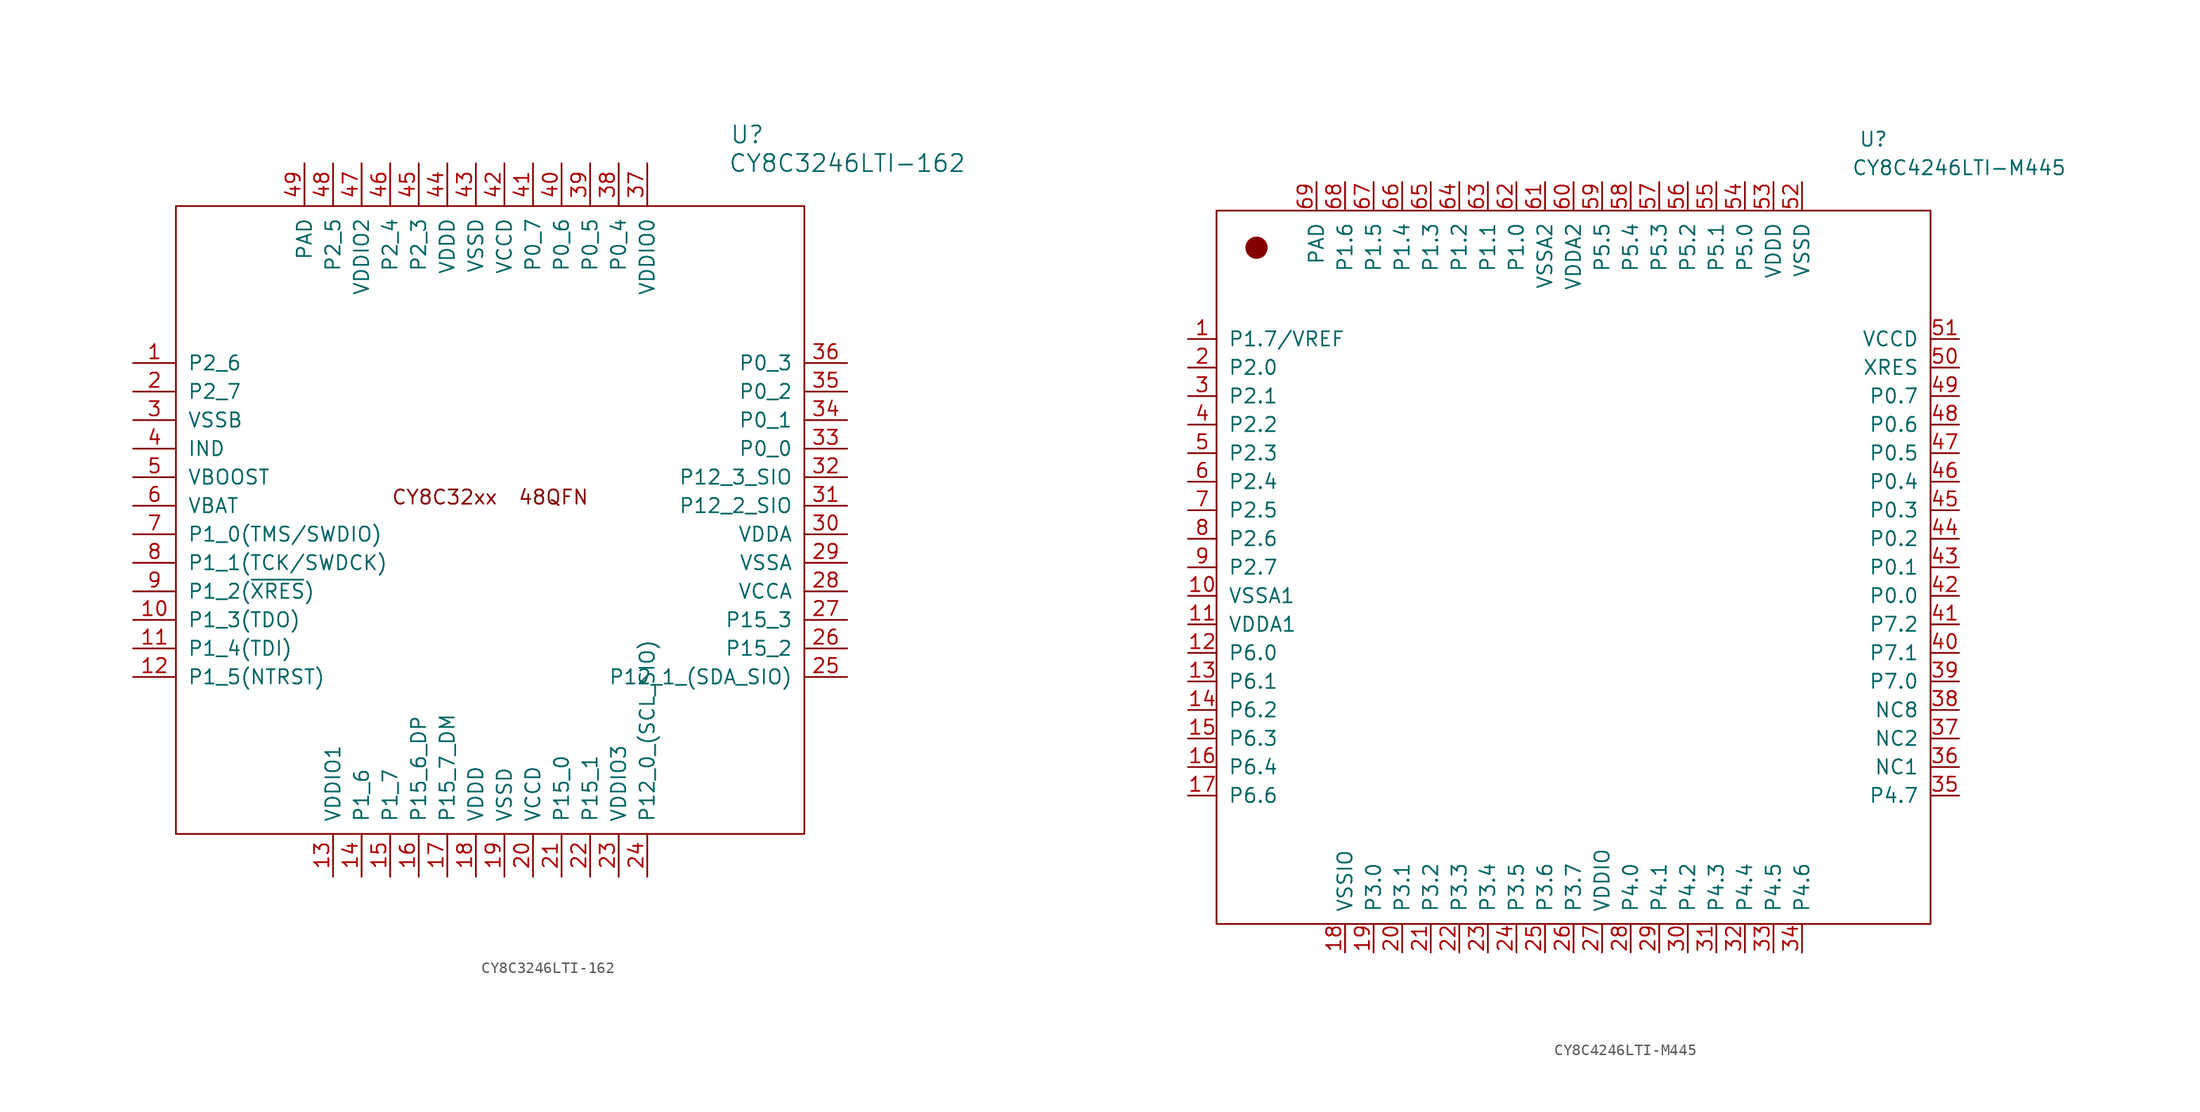
<source format=kicad_sym>
(kicad_symbol_lib
  (version 20220914)
  (generator kicad_symbol_editor)
  (symbol "CY8C3246LTI-162"
    (pin_names
      (offset 1.016))
    (property "Reference" "U"
      (at 22.86 34.29 0)
      (effects (font (size 1.524 1.524))))
    (property "Value" "CY8C3246LTI-162"
      (at 31.75 31.75 0)
      (effects (font (size 1.524 1.524))))
    (symbol "CY8C3246LTI-162_0_0"
      (text "CY8C32xx  48QFN" (at 0 2.032 0) (effects (font (size 1.27 1.27)))))
    (symbol "CY8C3246LTI-162_0_1"
      (rectangle (start -27.94 27.94) (end 27.94 -27.94) (stroke (width 0) (type default)) (fill (type none))))
    (symbol "CY8C3246LTI-162_1_1"
      (pin input line (at -31.75 13.97 0) (length 3.81) (name "P2_6" (effects (font (size 1.27 1.27)))) (number "1" (effects (font (size 1.27 1.27)))))
      (pin input line (at -31.75 -8.89 0) (length 3.81) (name "P1_3(TDO)" (effects (font (size 1.27 1.27)))) (number "10" (effects (font (size 1.27 1.27)))))
      (pin input line (at -31.75 -11.43 0) (length 3.81) (name "P1_4(TDI)" (effects (font (size 1.27 1.27)))) (number "11" (effects (font (size 1.27 1.27)))))
      (pin input line (at -31.75 -13.97 0) (length 3.81) (name "P1_5(NTRST)" (effects (font (size 1.27 1.27)))) (number "12" (effects (font (size 1.27 1.27)))))
      (pin input line (at -13.97 -31.75 90) (length 3.81) (name "VDDIO1" (effects (font (size 1.27 1.27)))) (number "13" (effects (font (size 1.27 1.27)))))
      (pin input line (at -11.43 -31.75 90) (length 3.81) (name "P1_6" (effects (font (size 1.27 1.27)))) (number "14" (effects (font (size 1.27 1.27)))))
      (pin input line (at -8.89 -31.75 90) (length 3.81) (name "P1_7" (effects (font (size 1.27 1.27)))) (number "15" (effects (font (size 1.27 1.27)))))
      (pin input line (at -6.35 -31.75 90) (length 3.81) (name "P15_6_DP" (effects (font (size 1.27 1.27)))) (number "16" (effects (font (size 1.27 1.27)))))
      (pin input line (at -3.81 -31.75 90) (length 3.81) (name "P15_7_DM" (effects (font (size 1.27 1.27)))) (number "17" (effects (font (size 1.27 1.27)))))
      (pin input line (at -1.27 -31.75 90) (length 3.81) (name "VDDD" (effects (font (size 1.27 1.27)))) (number "18" (effects (font (size 1.27 1.27)))))
      (pin input line (at 1.27 -31.75 90) (length 3.81) (name "VSSD" (effects (font (size 1.27 1.27)))) (number "19" (effects (font (size 1.27 1.27)))))
      (pin input line (at -31.75 11.43 0) (length 3.81) (name "P2_7" (effects (font (size 1.27 1.27)))) (number "2" (effects (font (size 1.27 1.27)))))
      (pin input line (at 3.81 -31.75 90) (length 3.81) (name "VCCD" (effects (font (size 1.27 1.27)))) (number "20" (effects (font (size 1.27 1.27)))))
      (pin input line (at 6.35 -31.75 90) (length 3.81) (name "P15_0" (effects (font (size 1.27 1.27)))) (number "21" (effects (font (size 1.27 1.27)))))
      (pin input line (at 8.89 -31.75 90) (length 3.81) (name "P15_1" (effects (font (size 1.27 1.27)))) (number "22" (effects (font (size 1.27 1.27)))))
      (pin input line (at 11.43 -31.75 90) (length 3.81) (name "VDDIO3" (effects (font (size 1.27 1.27)))) (number "23" (effects (font (size 1.27 1.27)))))
      (pin input line (at 13.97 -31.75 90) (length 3.81) (name "P12_0_(SCL_SIO)" (effects (font (size 1.27 1.27)))) (number "24" (effects (font (size 1.27 1.27)))))
      (pin input line (at 31.75 -13.97 180) (length 3.81) (name "P12_1_(SDA_SIO)" (effects (font (size 1.27 1.27)))) (number "25" (effects (font (size 1.27 1.27)))))
      (pin input line (at 31.75 -11.43 180) (length 3.81) (name "P15_2" (effects (font (size 1.27 1.27)))) (number "26" (effects (font (size 1.27 1.27)))))
      (pin input line (at 31.75 -8.89 180) (length 3.81) (name "P15_3" (effects (font (size 1.27 1.27)))) (number "27" (effects (font (size 1.27 1.27)))))
      (pin input line (at 31.75 -6.35 180) (length 3.81) (name "VCCA" (effects (font (size 1.27 1.27)))) (number "28" (effects (font (size 1.27 1.27)))))
      (pin input line (at 31.75 -3.81 180) (length 3.81) (name "VSSA" (effects (font (size 1.27 1.27)))) (number "29" (effects (font (size 1.27 1.27)))))
      (pin input line (at -31.75 8.89 0) (length 3.81) (name "VSSB" (effects (font (size 1.27 1.27)))) (number "3" (effects (font (size 1.27 1.27)))))
      (pin input line (at 31.75 -1.27 180) (length 3.81) (name "VDDA" (effects (font (size 1.27 1.27)))) (number "30" (effects (font (size 1.27 1.27)))))
      (pin input line (at 31.75 1.27 180) (length 3.81) (name "P12_2_SIO" (effects (font (size 1.27 1.27)))) (number "31" (effects (font (size 1.27 1.27)))))
      (pin input line (at 31.75 3.81 180) (length 3.81) (name "P12_3_SIO" (effects (font (size 1.27 1.27)))) (number "32" (effects (font (size 1.27 1.27)))))
      (pin input line (at 31.75 6.35 180) (length 3.81) (name "P0_0" (effects (font (size 1.27 1.27)))) (number "33" (effects (font (size 1.27 1.27)))))
      (pin input line (at 31.75 8.89 180) (length 3.81) (name "P0_1" (effects (font (size 1.27 1.27)))) (number "34" (effects (font (size 1.27 1.27)))))
      (pin input line (at 31.75 11.43 180) (length 3.81) (name "P0_2" (effects (font (size 1.27 1.27)))) (number "35" (effects (font (size 1.27 1.27)))))
      (pin input line (at 31.75 13.97 180) (length 3.81) (name "P0_3" (effects (font (size 1.27 1.27)))) (number "36" (effects (font (size 1.27 1.27)))))
      (pin input line (at 13.97 31.75 270) (length 3.81) (name "VDDIO0" (effects (font (size 1.27 1.27)))) (number "37" (effects (font (size 1.27 1.27)))))
      (pin input line (at 11.43 31.75 270) (length 3.81) (name "P0_4" (effects (font (size 1.27 1.27)))) (number "38" (effects (font (size 1.27 1.27)))))
      (pin input line (at 8.89 31.75 270) (length 3.81) (name "P0_5" (effects (font (size 1.27 1.27)))) (number "39" (effects (font (size 1.27 1.27)))))
      (pin input line (at -31.75 6.35 0) (length 3.81) (name "IND" (effects (font (size 1.27 1.27)))) (number "4" (effects (font (size 1.27 1.27)))))
      (pin input line (at 6.35 31.75 270) (length 3.81) (name "P0_6" (effects (font (size 1.27 1.27)))) (number "40" (effects (font (size 1.27 1.27)))))
      (pin input line (at 3.81 31.75 270) (length 3.81) (name "P0_7" (effects (font (size 1.27 1.27)))) (number "41" (effects (font (size 1.27 1.27)))))
      (pin input line (at 1.27 31.75 270) (length 3.81) (name "VCCD" (effects (font (size 1.27 1.27)))) (number "42" (effects (font (size 1.27 1.27)))))
      (pin input line (at -1.27 31.75 270) (length 3.81) (name "VSSD" (effects (font (size 1.27 1.27)))) (number "43" (effects (font (size 1.27 1.27)))))
      (pin input line (at -3.81 31.75 270) (length 3.81) (name "VDDD" (effects (font (size 1.27 1.27)))) (number "44" (effects (font (size 1.27 1.27)))))
      (pin input line (at -6.35 31.75 270) (length 3.81) (name "P2_3" (effects (font (size 1.27 1.27)))) (number "45" (effects (font (size 1.27 1.27)))))
      (pin input line (at -8.89 31.75 270) (length 3.81) (name "P2_4" (effects (font (size 1.27 1.27)))) (number "46" (effects (font (size 1.27 1.27)))))
      (pin input line (at -11.43 31.75 270) (length 3.81) (name "VDDIO2" (effects (font (size 1.27 1.27)))) (number "47" (effects (font (size 1.27 1.27)))))
      (pin input line (at -13.97 31.75 270) (length 3.81) (name "P2_5" (effects (font (size 1.27 1.27)))) (number "48" (effects (font (size 1.27 1.27)))))
      (pin input line (at -16.51 31.75 270) (length 3.81) (name "PAD" (effects (font (size 1.27 1.27)))) (number "49" (effects (font (size 1.27 1.27)))))
      (pin input line (at -31.75 3.81 0) (length 3.81) (name "VBOOST" (effects (font (size 1.27 1.27)))) (number "5" (effects (font (size 1.27 1.27)))))
      (pin input line (at -31.75 1.27 0) (length 3.81) (name "VBAT" (effects (font (size 1.27 1.27)))) (number "6" (effects (font (size 1.27 1.27)))))
      (pin input line (at -31.75 -1.27 0) (length 3.81) (name "P1_0(TMS/SWDIO)" (effects (font (size 1.27 1.27)))) (number "7" (effects (font (size 1.27 1.27)))))
      (pin input line (at -31.75 -3.81 0) (length 3.81) (name "P1_1(TCK/SWDCK)" (effects (font (size 1.27 1.27)))) (number "8" (effects (font (size 1.27 1.27)))))
      (pin input line (at -31.75 -6.35 0) (length 3.81) (name "P1_2(~{XRES})" (effects (font (size 1.27 1.27)))) (number "9" (effects (font (size 1.27 1.27)))))))
  (symbol "CY8C4246LTI-M445"
    (pin_names
      (offset 1.016))
    (property "Reference" "U"
      (at 26.67 38.1 0)
      (effects (font (size 1.27 1.27))))
    (property "Value" "CY8C4246LTI-M445"
      (at 34.29 35.56 0)
      (effects (font (size 1.27 1.27))))
    (symbol "CY8C4246LTI-M445_0_1"
      (rectangle (start -31.75 31.75) (end 31.75 -31.75) (stroke (width 0) (type default)) (fill (type none)))
      (circle (center -28.194 28.448) (radius 0.914) (stroke (width 0) (type default)) (fill (type outline))))
    (symbol "CY8C4246LTI-M445_1_1"
      (pin bidirectional line (at -34.29 20.32 0) (length 2.54) (name "P1.7/VREF" (effects (font (size 1.27 1.27)))) (number "1" (effects (font (size 1.27 1.27)))))
      (pin passive line (at -34.29 -2.54 0) (length 2.54) (name "VSSA1" (effects (font (size 1.27 1.27)))) (number "10" (effects (font (size 1.27 1.27)))))
      (pin passive line (at -34.29 -5.08 0) (length 2.54) (name "VDDA1" (effects (font (size 1.27 1.27)))) (number "11" (effects (font (size 1.27 1.27)))))
      (pin bidirectional line (at -34.29 -7.62 0) (length 2.54) (name "P6.0" (effects (font (size 1.27 1.27)))) (number "12" (effects (font (size 1.27 1.27)))))
      (pin bidirectional line (at -34.29 -10.16 0) (length 2.54) (name "P6.1" (effects (font (size 1.27 1.27)))) (number "13" (effects (font (size 1.27 1.27)))))
      (pin bidirectional line (at -34.29 -12.7 0) (length 2.54) (name "P6.2" (effects (font (size 1.27 1.27)))) (number "14" (effects (font (size 1.27 1.27)))))
      (pin bidirectional line (at -34.29 -15.24 0) (length 2.54) (name "P6.3" (effects (font (size 1.27 1.27)))) (number "15" (effects (font (size 1.27 1.27)))))
      (pin bidirectional line (at -34.29 -17.78 0) (length 2.54) (name "P6.4" (effects (font (size 1.27 1.27)))) (number "16" (effects (font (size 1.27 1.27)))))
      (pin bidirectional line (at -34.29 -20.32 0) (length 2.54) (name "P6.6" (effects (font (size 1.27 1.27)))) (number "17" (effects (font (size 1.27 1.27)))))
      (pin passive line (at -20.32 -34.29 90) (length 2.54) (name "VSSIO" (effects (font (size 1.27 1.27)))) (number "18" (effects (font (size 1.27 1.27)))))
      (pin bidirectional line (at -17.78 -34.29 90) (length 2.54) (name "P3.0" (effects (font (size 1.27 1.27)))) (number "19" (effects (font (size 1.27 1.27)))))
      (pin bidirectional line (at -34.29 17.78 0) (length 2.54) (name "P2.0" (effects (font (size 1.27 1.27)))) (number "2" (effects (font (size 1.27 1.27)))))
      (pin bidirectional line (at -15.24 -34.29 90) (length 2.54) (name "P3.1" (effects (font (size 1.27 1.27)))) (number "20" (effects (font (size 1.27 1.27)))))
      (pin bidirectional line (at -12.7 -34.29 90) (length 2.54) (name "P3.2" (effects (font (size 1.27 1.27)))) (number "21" (effects (font (size 1.27 1.27)))))
      (pin bidirectional line (at -10.16 -34.29 90) (length 2.54) (name "P3.3" (effects (font (size 1.27 1.27)))) (number "22" (effects (font (size 1.27 1.27)))))
      (pin bidirectional line (at -7.62 -34.29 90) (length 2.54) (name "P3.4" (effects (font (size 1.27 1.27)))) (number "23" (effects (font (size 1.27 1.27)))))
      (pin bidirectional line (at -5.08 -34.29 90) (length 2.54) (name "P3.5" (effects (font (size 1.27 1.27)))) (number "24" (effects (font (size 1.27 1.27)))))
      (pin bidirectional line (at -2.54 -34.29 90) (length 2.54) (name "P3.6" (effects (font (size 1.27 1.27)))) (number "25" (effects (font (size 1.27 1.27)))))
      (pin bidirectional line (at 0 -34.29 90) (length 2.54) (name "P3.7" (effects (font (size 1.27 1.27)))) (number "26" (effects (font (size 1.27 1.27)))))
      (pin passive line (at 2.54 -34.29 90) (length 2.54) (name "VDDIO" (effects (font (size 1.27 1.27)))) (number "27" (effects (font (size 1.27 1.27)))))
      (pin bidirectional line (at 5.08 -34.29 90) (length 2.54) (name "P4.0" (effects (font (size 1.27 1.27)))) (number "28" (effects (font (size 1.27 1.27)))))
      (pin bidirectional line (at 7.62 -34.29 90) (length 2.54) (name "P4.1" (effects (font (size 1.27 1.27)))) (number "29" (effects (font (size 1.27 1.27)))))
      (pin bidirectional line (at -34.29 15.24 0) (length 2.54) (name "P2.1" (effects (font (size 1.27 1.27)))) (number "3" (effects (font (size 1.27 1.27)))))
      (pin bidirectional line (at 10.16 -34.29 90) (length 2.54) (name "P4.2" (effects (font (size 1.27 1.27)))) (number "30" (effects (font (size 1.27 1.27)))))
      (pin bidirectional line (at 12.7 -34.29 90) (length 2.54) (name "P4.3" (effects (font (size 1.27 1.27)))) (number "31" (effects (font (size 1.27 1.27)))))
      (pin bidirectional line (at 15.24 -34.29 90) (length 2.54) (name "P4.4" (effects (font (size 1.27 1.27)))) (number "32" (effects (font (size 1.27 1.27)))))
      (pin bidirectional line (at 17.78 -34.29 90) (length 2.54) (name "P4.5" (effects (font (size 1.27 1.27)))) (number "33" (effects (font (size 1.27 1.27)))))
      (pin bidirectional line (at 20.32 -34.29 90) (length 2.54) (name "P4.6" (effects (font (size 1.27 1.27)))) (number "34" (effects (font (size 1.27 1.27)))))
      (pin bidirectional line (at 34.29 -20.32 180) (length 2.54) (name "P4.7" (effects (font (size 1.27 1.27)))) (number "35" (effects (font (size 1.27 1.27)))))
      (pin unspecified line (at 34.29 -17.78 180) (length 2.54) (name "NC1" (effects (font (size 1.27 1.27)))) (number "36" (effects (font (size 1.27 1.27)))))
      (pin unspecified line (at 34.29 -15.24 180) (length 2.54) (name "NC2" (effects (font (size 1.27 1.27)))) (number "37" (effects (font (size 1.27 1.27)))))
      (pin unspecified line (at 34.29 -12.7 180) (length 2.54) (name "NC8" (effects (font (size 1.27 1.27)))) (number "38" (effects (font (size 1.27 1.27)))))
      (pin bidirectional line (at 34.29 -10.16 180) (length 2.54) (name "P7.0" (effects (font (size 1.27 1.27)))) (number "39" (effects (font (size 1.27 1.27)))))
      (pin bidirectional line (at -34.29 12.7 0) (length 2.54) (name "P2.2" (effects (font (size 1.27 1.27)))) (number "4" (effects (font (size 1.27 1.27)))))
      (pin bidirectional line (at 34.29 -7.62 180) (length 2.54) (name "P7.1" (effects (font (size 1.27 1.27)))) (number "40" (effects (font (size 1.27 1.27)))))
      (pin bidirectional line (at 34.29 -5.08 180) (length 2.54) (name "P7.2" (effects (font (size 1.27 1.27)))) (number "41" (effects (font (size 1.27 1.27)))))
      (pin bidirectional line (at 34.29 -2.54 180) (length 2.54) (name "P0.0" (effects (font (size 1.27 1.27)))) (number "42" (effects (font (size 1.27 1.27)))))
      (pin bidirectional line (at 34.29 0 180) (length 2.54) (name "P0.1" (effects (font (size 1.27 1.27)))) (number "43" (effects (font (size 1.27 1.27)))))
      (pin bidirectional line (at 34.29 2.54 180) (length 2.54) (name "P0.2" (effects (font (size 1.27 1.27)))) (number "44" (effects (font (size 1.27 1.27)))))
      (pin bidirectional line (at 34.29 5.08 180) (length 2.54) (name "P0.3" (effects (font (size 1.27 1.27)))) (number "45" (effects (font (size 1.27 1.27)))))
      (pin bidirectional line (at 34.29 7.62 180) (length 2.54) (name "P0.4" (effects (font (size 1.27 1.27)))) (number "46" (effects (font (size 1.27 1.27)))))
      (pin bidirectional line (at 34.29 10.16 180) (length 2.54) (name "P0.5" (effects (font (size 1.27 1.27)))) (number "47" (effects (font (size 1.27 1.27)))))
      (pin bidirectional line (at 34.29 12.7 180) (length 2.54) (name "P0.6" (effects (font (size 1.27 1.27)))) (number "48" (effects (font (size 1.27 1.27)))))
      (pin bidirectional line (at 34.29 15.24 180) (length 2.54) (name "P0.7" (effects (font (size 1.27 1.27)))) (number "49" (effects (font (size 1.27 1.27)))))
      (pin bidirectional line (at -34.29 10.16 0) (length 2.54) (name "P2.3" (effects (font (size 1.27 1.27)))) (number "5" (effects (font (size 1.27 1.27)))))
      (pin input line (at 34.29 17.78 180) (length 2.54) (name "XRES" (effects (font (size 1.27 1.27)))) (number "50" (effects (font (size 1.27 1.27)))))
      (pin passive line (at 34.29 20.32 180) (length 2.54) (name "VCCD" (effects (font (size 1.27 1.27)))) (number "51" (effects (font (size 1.27 1.27)))))
      (pin passive line (at 20.32 34.29 270) (length 2.54) (name "VSSD" (effects (font (size 1.27 1.27)))) (number "52" (effects (font (size 1.27 1.27)))))
      (pin passive line (at 17.78 34.29 270) (length 2.54) (name "VDDD" (effects (font (size 1.27 1.27)))) (number "53" (effects (font (size 1.27 1.27)))))
      (pin bidirectional line (at 15.24 34.29 270) (length 2.54) (name "P5.0" (effects (font (size 1.27 1.27)))) (number "54" (effects (font (size 1.27 1.27)))))
      (pin bidirectional line (at 12.7 34.29 270) (length 2.54) (name "P5.1" (effects (font (size 1.27 1.27)))) (number "55" (effects (font (size 1.27 1.27)))))
      (pin bidirectional line (at 10.16 34.29 270) (length 2.54) (name "P5.2" (effects (font (size 1.27 1.27)))) (number "56" (effects (font (size 1.27 1.27)))))
      (pin bidirectional line (at 7.62 34.29 270) (length 2.54) (name "P5.3" (effects (font (size 1.27 1.27)))) (number "57" (effects (font (size 1.27 1.27)))))
      (pin bidirectional line (at 5.08 34.29 270) (length 2.54) (name "P5.4" (effects (font (size 1.27 1.27)))) (number "58" (effects (font (size 1.27 1.27)))))
      (pin bidirectional line (at 2.54 34.29 270) (length 2.54) (name "P5.5" (effects (font (size 1.27 1.27)))) (number "59" (effects (font (size 1.27 1.27)))))
      (pin bidirectional line (at -34.29 7.62 0) (length 2.54) (name "P2.4" (effects (font (size 1.27 1.27)))) (number "6" (effects (font (size 1.27 1.27)))))
      (pin passive line (at 0 34.29 270) (length 2.54) (name "VDDA2" (effects (font (size 1.27 1.27)))) (number "60" (effects (font (size 1.27 1.27)))))
      (pin passive line (at -2.54 34.29 270) (length 2.54) (name "VSSA2" (effects (font (size 1.27 1.27)))) (number "61" (effects (font (size 1.27 1.27)))))
      (pin bidirectional line (at -5.08 34.29 270) (length 2.54) (name "P1.0" (effects (font (size 1.27 1.27)))) (number "62" (effects (font (size 1.27 1.27)))))
      (pin bidirectional line (at -7.62 34.29 270) (length 2.54) (name "P1.1" (effects (font (size 1.27 1.27)))) (number "63" (effects (font (size 1.27 1.27)))))
      (pin bidirectional line (at -10.16 34.29 270) (length 2.54) (name "P1.2" (effects (font (size 1.27 1.27)))) (number "64" (effects (font (size 1.27 1.27)))))
      (pin bidirectional line (at -12.7 34.29 270) (length 2.54) (name "P1.3" (effects (font (size 1.27 1.27)))) (number "65" (effects (font (size 1.27 1.27)))))
      (pin bidirectional line (at -15.24 34.29 270) (length 2.54) (name "P1.4" (effects (font (size 1.27 1.27)))) (number "66" (effects (font (size 1.27 1.27)))))
      (pin bidirectional line (at -17.78 34.29 270) (length 2.54) (name "P1.5" (effects (font (size 1.27 1.27)))) (number "67" (effects (font (size 1.27 1.27)))))
      (pin bidirectional line (at -20.32 34.29 270) (length 2.54) (name "P1.6" (effects (font (size 1.27 1.27)))) (number "68" (effects (font (size 1.27 1.27)))))
      (pin bidirectional line (at -22.86 34.29 270) (length 2.54) (name "PAD" (effects (font (size 1.27 1.27)))) (number "69" (effects (font (size 1.27 1.27)))))
      (pin bidirectional line (at -34.29 5.08 0) (length 2.54) (name "P2.5" (effects (font (size 1.27 1.27)))) (number "7" (effects (font (size 1.27 1.27)))))
      (pin bidirectional line (at -34.29 2.54 0) (length 2.54) (name "P2.6" (effects (font (size 1.27 1.27)))) (number "8" (effects (font (size 1.27 1.27)))))
      (pin bidirectional line (at -34.29 0 0) (length 2.54) (name "P2.7" (effects (font (size 1.27 1.27)))) (number "9" (effects (font (size 1.27 1.27))))))))
</source>
